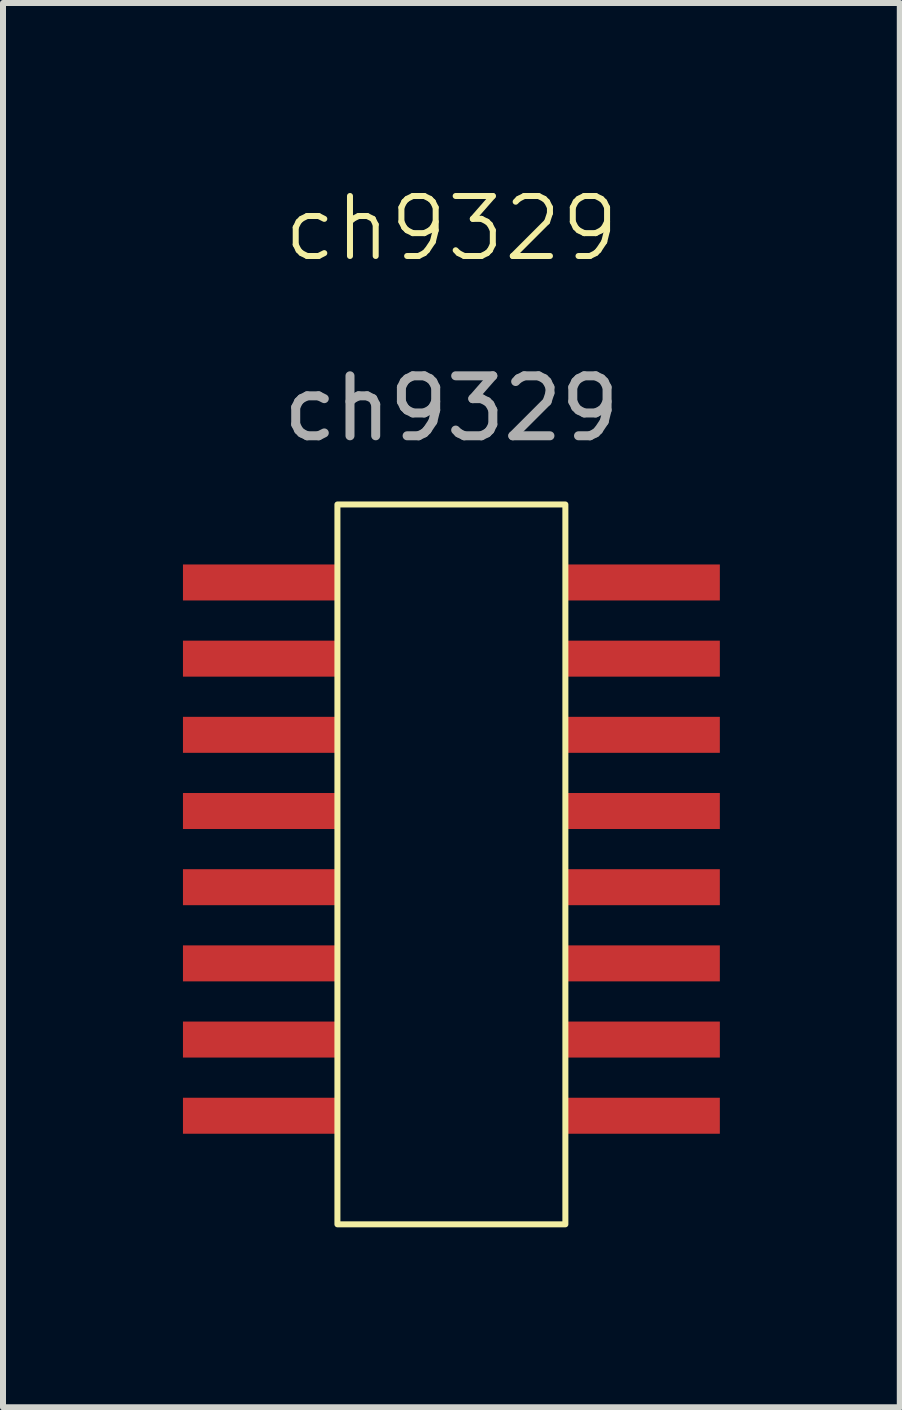
<source format=kicad_pcb>
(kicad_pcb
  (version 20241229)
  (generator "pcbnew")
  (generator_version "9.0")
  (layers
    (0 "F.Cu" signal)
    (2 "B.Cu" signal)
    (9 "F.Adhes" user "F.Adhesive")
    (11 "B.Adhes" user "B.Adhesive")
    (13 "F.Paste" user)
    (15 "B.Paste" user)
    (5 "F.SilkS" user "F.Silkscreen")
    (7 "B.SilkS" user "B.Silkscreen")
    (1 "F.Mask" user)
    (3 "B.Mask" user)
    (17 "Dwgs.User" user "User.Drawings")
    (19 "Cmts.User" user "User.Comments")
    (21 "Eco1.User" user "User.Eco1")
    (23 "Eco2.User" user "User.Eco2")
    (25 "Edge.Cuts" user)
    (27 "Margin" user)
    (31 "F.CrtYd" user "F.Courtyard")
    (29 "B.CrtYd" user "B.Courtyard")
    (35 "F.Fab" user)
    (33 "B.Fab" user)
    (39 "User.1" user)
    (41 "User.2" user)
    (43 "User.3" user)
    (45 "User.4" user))
  (footprint "ch9329"
    (layer "F.Cu")
    (at 4.475 11.06)
    (property "Reference" "ch9329" (at 0 -10.3 0) (unlocked yes) (layer "F.SilkS") (effects (font (size 1 1) (thickness 0.1))))
    (attr smd)
    (fp_rect (start -1.9 -5.7) (end 1.9 6.3) (stroke (width 0.1) (type default)) (fill no) (layer "F.SilkS"))
    (fp_text user "${REFERENCE}" (at 0 -7.3 0) (unlocked yes) (layer "F.Fab") (effects (font (size 1 1) (thickness 0.15))))
    (pad "1" smd rect (at -3.2 -4.4) (size 2.55 0.6) (layers "F.Cu" "F.Mask" "F.Paste"))
    (pad "2" smd rect (at -3.2 -3.13) (size 2.55 0.6) (layers "F.Cu" "F.Mask" "F.Paste"))
    (pad "3" smd rect (at -3.2 -1.86) (size 2.55 0.6) (layers "F.Cu" "F.Mask" "F.Paste"))
    (pad "4" smd rect (at -3.2 -0.59) (size 2.55 0.6) (layers "F.Cu" "F.Mask" "F.Paste"))
    (pad "5" smd rect (at -3.2 0.68) (size 2.55 0.6) (layers "F.Cu" "F.Mask" "F.Paste"))
    (pad "6" smd rect (at -3.2 1.95) (size 2.55 0.6) (layers "F.Cu" "F.Mask" "F.Paste"))
    (pad "7" smd rect (at -3.2 3.22) (size 2.55 0.6) (layers "F.Cu" "F.Mask" "F.Paste"))
    (pad "8" smd rect (at -3.2 4.49) (size 2.55 0.6) (layers "F.Cu" "F.Mask" "F.Paste"))
    (pad "9" smd rect (at 3.2 4.49) (size 2.55 0.6) (layers "F.Cu" "F.Mask" "F.Paste"))
    (pad "10" smd rect (at 3.2 3.22) (size 2.55 0.6) (layers "F.Cu" "F.Mask" "F.Paste"))
    (pad "11" smd rect (at 3.2 1.95) (size 2.55 0.6) (layers "F.Cu" "F.Mask" "F.Paste"))
    (pad "12" smd rect (at 3.2 0.68) (size 2.55 0.6) (layers "F.Cu" "F.Mask" "F.Paste"))
    (pad "13" smd rect (at 3.2 -0.59) (size 2.55 0.6) (layers "F.Cu" "F.Mask" "F.Paste"))
    (pad "14" smd rect (at 3.2 -1.86) (size 2.55 0.6) (layers "F.Cu" "F.Mask" "F.Paste"))
    (pad "15" smd rect (at 3.2 -3.13) (size 2.55 0.6) (layers "F.Cu" "F.Mask" "F.Paste"))
    (pad "16" smd rect (at 3.2 -4.4) (size 2.55 0.6) (layers "F.Cu" "F.Mask" "F.Paste")))
  (gr_rect
    (start -3 -3)
    (end 11.95 20.41)
    (stroke (width 0.1) (type default))
    (fill no)
    (layer "Edge.Cuts")))
</source>
